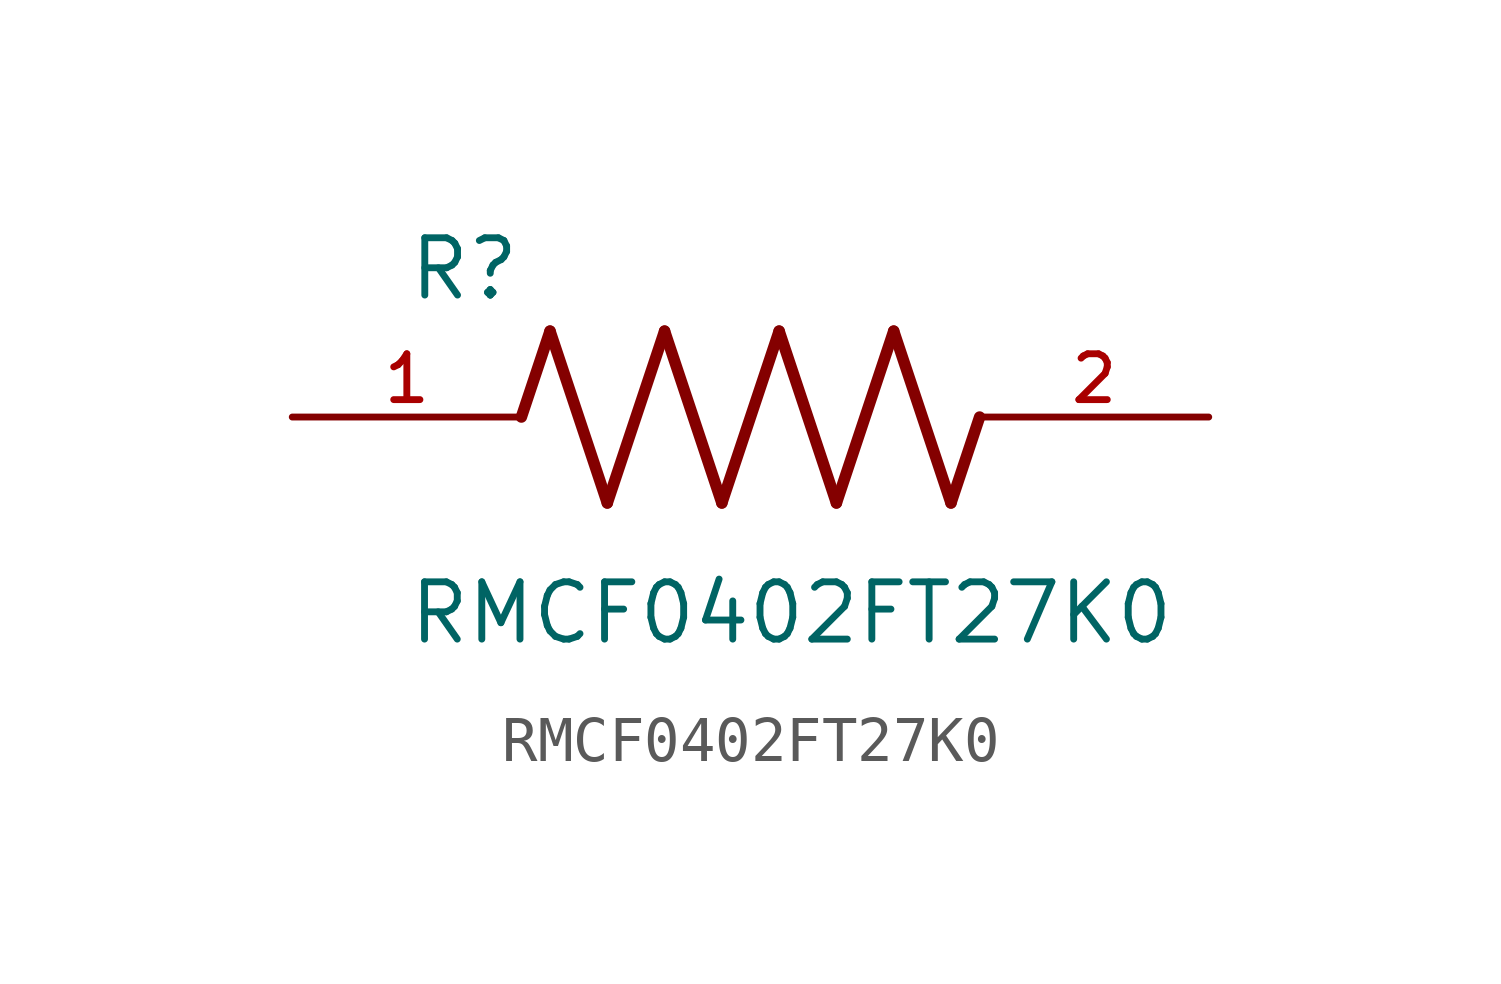
<source format=kicad_sym>
(kicad_symbol_lib
  (version 20211014)
  (generator kicad_symbol_editor)
  (symbol "RMCF0402FT27K0"
    (pin_names
      (offset 1.016))
    (property "Reference" "R"
      (at -7.624 2.541 0)
      (effects (font (size 1.27 1.27)) (justify bottom left)))
    (property "Value" "RMCF0402FT27K0"
      (at -7.63 -5.087 0)
      (effects (font (size 1.27 1.27)) (justify bottom left)))
    (symbol "RMCF0402FT27K0_0_0"
      (polyline (pts (xy -5.08 0.0) (xy -4.445 1.905)) (stroke (width 0.254)))
      (polyline (pts (xy -4.445 1.905) (xy -3.175 -1.905)) (stroke (width 0.254)))
      (polyline (pts (xy -3.175 -1.905) (xy -1.905 1.905)) (stroke (width 0.254)))
      (polyline (pts (xy -1.905 1.905) (xy -0.635 -1.905)) (stroke (width 0.254)))
      (polyline (pts (xy -0.635 -1.905) (xy 0.635 1.905)) (stroke (width 0.254)))
      (polyline (pts (xy 0.635 1.905) (xy 1.905 -1.905)) (stroke (width 0.254)))
      (polyline (pts (xy 1.905 -1.905) (xy 3.175 1.905)) (stroke (width 0.254)))
      (polyline (pts (xy 3.175 1.905) (xy 4.445 -1.905)) (stroke (width 0.254)))
      (polyline (pts (xy 4.445 -1.905) (xy 5.08 0.0)) (stroke (width 0.254)))
      (pin passive line (at -10.16 0.0 0) (length 5.08) (name "~" (effects (font (size 1.016 1.016)))) (number "1" (effects (font (size 1.016 1.016)))))
      (pin passive line (at 10.16 0.0 180.0) (length 5.08) (name "~" (effects (font (size 1.016 1.016)))) (number "2" (effects (font (size 1.016 1.016))))))))
</source>
